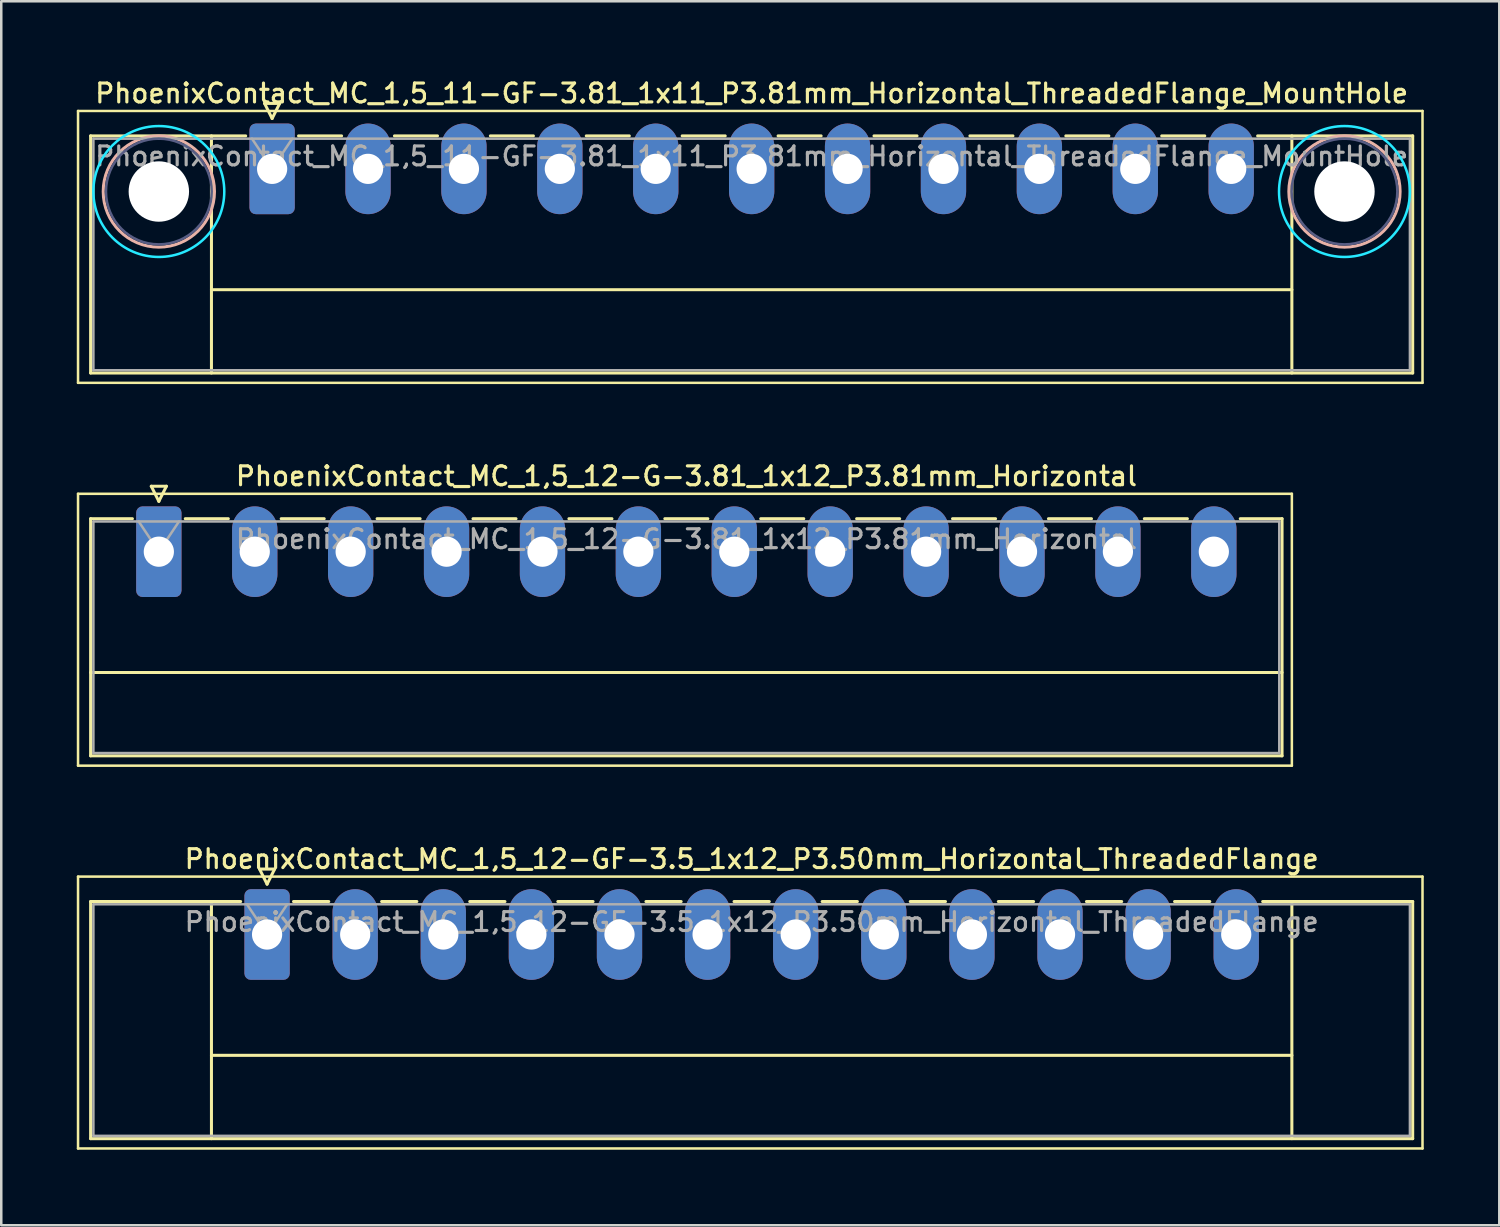
<source format=kicad_pcb>
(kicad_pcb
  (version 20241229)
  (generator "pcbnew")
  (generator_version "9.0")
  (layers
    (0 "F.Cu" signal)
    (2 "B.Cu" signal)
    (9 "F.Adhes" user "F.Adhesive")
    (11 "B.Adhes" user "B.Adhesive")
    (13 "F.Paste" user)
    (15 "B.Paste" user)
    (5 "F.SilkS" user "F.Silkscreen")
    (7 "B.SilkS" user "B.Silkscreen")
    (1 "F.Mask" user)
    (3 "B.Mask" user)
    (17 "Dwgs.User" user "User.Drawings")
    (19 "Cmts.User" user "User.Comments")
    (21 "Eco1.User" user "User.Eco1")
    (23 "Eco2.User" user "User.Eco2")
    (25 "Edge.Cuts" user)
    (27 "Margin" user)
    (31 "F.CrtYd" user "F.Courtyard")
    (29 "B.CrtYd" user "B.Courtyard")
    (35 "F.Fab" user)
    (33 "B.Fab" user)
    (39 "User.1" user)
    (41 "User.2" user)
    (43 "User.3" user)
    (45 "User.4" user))
  (footprint "PhoenixContact_MC_1,5_12-GF-3.5_1x12_P3.50mm_Horizontal_ThreadedFlange"
    (layer "F.Cu")
    (at 7.56 34.074)
    (property "Reference" "PhoenixContact_MC_1,5_12-GF-3.5_1x12_P3.50mm_Horizontal_ThreadedFlange" (at 19.25 -3 0) (layer "F.SilkS") (effects (font (size 0.75 0.75) (thickness 0.125))))
    (attr through_hole)
    (fp_line (start -7.51 -2.3) (end -7.51 8.5) (stroke (width 0.1) (type solid)) (layer "F.SilkS"))
    (fp_line (start -7.51 8.5) (end 45.9 8.5) (stroke (width 0.1) (type solid)) (layer "F.SilkS"))
    (fp_line (start -7.01 -1.31) (end -7.01 8.11) (stroke (width 0.12) (type solid)) (layer "F.SilkS"))
    (fp_line (start -7.01 -1.31) (end -1.05 -1.31) (stroke (width 0.12) (type solid)) (layer "F.SilkS"))
    (fp_line (start -7.01 8.11) (end 45.51 8.11) (stroke (width 0.12) (type solid)) (layer "F.SilkS"))
    (fp_line (start -2.21 -1.31) (end -2.21 8.11) (stroke (width 0.12) (type solid)) (layer "F.SilkS"))
    (fp_line (start -2.21 4.8) (end 40.71 4.8) (stroke (width 0.12) (type solid)) (layer "F.SilkS"))
    (fp_line (start -0.3 -2.6) (end 0.3 -2.6) (stroke (width 0.12) (type solid)) (layer "F.SilkS"))
    (fp_line (start 0 -2) (end -0.3 -2.6) (stroke (width 0.12) (type solid)) (layer "F.SilkS"))
    (fp_line (start 0.3 -2.6) (end 0 -2) (stroke (width 0.12) (type solid)) (layer "F.SilkS"))
    (fp_line (start 1.05 -1.31) (end 2.45 -1.31) (stroke (width 0.12) (type solid)) (layer "F.SilkS"))
    (fp_line (start 4.55 -1.31) (end 5.95 -1.31) (stroke (width 0.12) (type solid)) (layer "F.SilkS"))
    (fp_line (start 8.05 -1.31) (end 9.45 -1.31) (stroke (width 0.12) (type solid)) (layer "F.SilkS"))
    (fp_line (start 11.55 -1.31) (end 12.95 -1.31) (stroke (width 0.12) (type solid)) (layer "F.SilkS"))
    (fp_line (start 15.05 -1.31) (end 16.45 -1.31) (stroke (width 0.12) (type solid)) (layer "F.SilkS"))
    (fp_line (start 18.55 -1.31) (end 19.95 -1.31) (stroke (width 0.12) (type solid)) (layer "F.SilkS"))
    (fp_line (start 22.05 -1.31) (end 23.45 -1.31) (stroke (width 0.12) (type solid)) (layer "F.SilkS"))
    (fp_line (start 25.55 -1.31) (end 26.95 -1.31) (stroke (width 0.12) (type solid)) (layer "F.SilkS"))
    (fp_line (start 29.05 -1.31) (end 30.45 -1.31) (stroke (width 0.12) (type solid)) (layer "F.SilkS"))
    (fp_line (start 32.55 -1.31) (end 33.95 -1.31) (stroke (width 0.12) (type solid)) (layer "F.SilkS"))
    (fp_line (start 36.05 -1.31) (end 37.45 -1.31) (stroke (width 0.12) (type solid)) (layer "F.SilkS"))
    (fp_line (start 40.71 -1.31) (end 40.71 8.11) (stroke (width 0.12) (type solid)) (layer "F.SilkS"))
    (fp_line (start 45.51 -1.31) (end 39.55 -1.31) (stroke (width 0.12) (type solid)) (layer "F.SilkS"))
    (fp_line (start 45.51 8.11) (end 45.51 -1.31) (stroke (width 0.12) (type solid)) (layer "F.SilkS"))
    (fp_line (start 45.9 -2.3) (end -7.51 -2.3) (stroke (width 0.1) (type solid)) (layer "F.SilkS"))
    (fp_line (start 45.9 8.5) (end 45.9 -2.3) (stroke (width 0.1) (type solid)) (layer "F.SilkS"))
    (fp_line (start -6.9 -1.2) (end -6.9 8) (stroke (width 0.1) (type solid)) (layer "F.Fab"))
    (fp_line (start -6.9 8) (end 45.4 8) (stroke (width 0.1) (type solid)) (layer "F.Fab"))
    (fp_line (start 0 0) (end -0.8 -1.2) (stroke (width 0.1) (type solid)) (layer "F.Fab"))
    (fp_line (start 0.8 -1.2) (end 0 0) (stroke (width 0.1) (type solid)) (layer "F.Fab"))
    (fp_line (start 45.4 -1.2) (end -6.9 -1.2) (stroke (width 0.1) (type solid)) (layer "F.Fab"))
    (fp_line (start 45.4 8) (end 45.4 -1.2) (stroke (width 0.1) (type solid)) (layer "F.Fab"))
    (fp_text user "${REFERENCE}" (at 19.25 -0.5 0) (layer "F.Fab") (effects (font (size 0.75 0.75) (thickness 0.125))))
    (pad "1" thru_hole roundrect (at 0 0) (size 1.8 3.6) (drill 1.2) (layers "*.Cu" "*.Mask") (roundrect_rratio 0.139))
    (pad "2" thru_hole oval (at 3.5 0) (size 1.8 3.6) (drill 1.2) (layers "*.Cu" "*.Mask"))
    (pad "3" thru_hole oval (at 7 0) (size 1.8 3.6) (drill 1.2) (layers "*.Cu" "*.Mask"))
    (pad "4" thru_hole oval (at 10.5 0) (size 1.8 3.6) (drill 1.2) (layers "*.Cu" "*.Mask"))
    (pad "5" thru_hole oval (at 14 0) (size 1.8 3.6) (drill 1.2) (layers "*.Cu" "*.Mask"))
    (pad "6" thru_hole oval (at 17.5 0) (size 1.8 3.6) (drill 1.2) (layers "*.Cu" "*.Mask"))
    (pad "7" thru_hole oval (at 21 0) (size 1.8 3.6) (drill 1.2) (layers "*.Cu" "*.Mask"))
    (pad "8" thru_hole oval (at 24.5 0) (size 1.8 3.6) (drill 1.2) (layers "*.Cu" "*.Mask"))
    (pad "9" thru_hole oval (at 28 0) (size 1.8 3.6) (drill 1.2) (layers "*.Cu" "*.Mask"))
    (pad "10" thru_hole oval (at 31.5 0) (size 1.8 3.6) (drill 1.2) (layers "*.Cu" "*.Mask"))
    (pad "11" thru_hole oval (at 35 0) (size 1.8 3.6) (drill 1.2) (layers "*.Cu" "*.Mask"))
    (pad "12" thru_hole oval (at 38.5 0) (size 1.8 3.6) (drill 1.2) (layers "*.Cu" "*.Mask")))
  (footprint "PhoenixContact_MC_1,5_11-GF-3.81_1x11_P3.81mm_Horizontal_ThreadedFlange_MountHole"
    (layer "F.Cu")
    (at 7.76 3.658)
    (property "Reference" "PhoenixContact_MC_1,5_11-GF-3.81_1x11_P3.81mm_Horizontal_ThreadedFlange_MountHole" (at 19.05 -3 0) (layer "F.SilkS") (effects (font (size 0.75 0.75) (thickness 0.125))))
    (attr through_hole)
    (fp_line (start -7.71 -2.3) (end -7.71 8.5) (stroke (width 0.1) (type solid)) (layer "F.SilkS"))
    (fp_line (start -7.71 8.5) (end 45.7 8.5) (stroke (width 0.1) (type solid)) (layer "F.SilkS"))
    (fp_line (start -7.21 -1.31) (end -7.21 8.11) (stroke (width 0.12) (type solid)) (layer "F.SilkS"))
    (fp_line (start -7.21 -1.31) (end -1.05 -1.31) (stroke (width 0.12) (type solid)) (layer "F.SilkS"))
    (fp_line (start -7.21 8.11) (end 45.31 8.11) (stroke (width 0.12) (type solid)) (layer "F.SilkS"))
    (fp_line (start -2.41 -1.31) (end -2.41 8.11) (stroke (width 0.12) (type solid)) (layer "F.SilkS"))
    (fp_line (start -2.41 4.8) (end 40.51 4.8) (stroke (width 0.12) (type solid)) (layer "F.SilkS"))
    (fp_line (start -0.3 -2.6) (end 0.3 -2.6) (stroke (width 0.12) (type solid)) (layer "F.SilkS"))
    (fp_line (start 0 -2) (end -0.3 -2.6) (stroke (width 0.12) (type solid)) (layer "F.SilkS"))
    (fp_line (start 0.3 -2.6) (end 0 -2) (stroke (width 0.12) (type solid)) (layer "F.SilkS"))
    (fp_line (start 1.05 -1.31) (end 2.76 -1.31) (stroke (width 0.12) (type solid)) (layer "F.SilkS"))
    (fp_line (start 4.86 -1.31) (end 6.57 -1.31) (stroke (width 0.12) (type solid)) (layer "F.SilkS"))
    (fp_line (start 8.67 -1.31) (end 10.38 -1.31) (stroke (width 0.12) (type solid)) (layer "F.SilkS"))
    (fp_line (start 12.48 -1.31) (end 14.19 -1.31) (stroke (width 0.12) (type solid)) (layer "F.SilkS"))
    (fp_line (start 16.29 -1.31) (end 18 -1.31) (stroke (width 0.12) (type solid)) (layer "F.SilkS"))
    (fp_line (start 20.1 -1.31) (end 21.81 -1.31) (stroke (width 0.12) (type solid)) (layer "F.SilkS"))
    (fp_line (start 23.91 -1.31) (end 25.62 -1.31) (stroke (width 0.12) (type solid)) (layer "F.SilkS"))
    (fp_line (start 27.72 -1.31) (end 29.43 -1.31) (stroke (width 0.12) (type solid)) (layer "F.SilkS"))
    (fp_line (start 31.53 -1.31) (end 33.24 -1.31) (stroke (width 0.12) (type solid)) (layer "F.SilkS"))
    (fp_line (start 35.34 -1.31) (end 37.05 -1.31) (stroke (width 0.12) (type solid)) (layer "F.SilkS"))
    (fp_line (start 40.51 -1.31) (end 40.51 8.11) (stroke (width 0.12) (type solid)) (layer "F.SilkS"))
    (fp_line (start 45.31 -1.31) (end 39.15 -1.31) (stroke (width 0.12) (type solid)) (layer "F.SilkS"))
    (fp_line (start 45.31 8.11) (end 45.31 -1.31) (stroke (width 0.12) (type solid)) (layer "F.SilkS"))
    (fp_line (start 45.7 -2.3) (end -7.71 -2.3) (stroke (width 0.1) (type solid)) (layer "F.SilkS"))
    (fp_line (start 45.7 8.5) (end 45.7 -2.3) (stroke (width 0.1) (type solid)) (layer "F.SilkS"))
    (fp_circle (center -4.5 0.9) (end -2.29 0.9) (stroke (width 0.12) (type solid)) (fill no) (layer "B.SilkS"))
    (fp_circle (center 42.6 0.9) (end 44.81 0.9) (stroke (width 0.12) (type solid)) (fill no) (layer "B.SilkS"))
    (fp_circle (center -4.5 0.9) (end -1.9 0.9) (stroke (width 0.1) (type solid)) (fill no) (layer "B.CrtYd"))
    (fp_circle (center 42.6 0.9) (end 45.2 0.9) (stroke (width 0.1) (type solid)) (fill no) (layer "B.CrtYd"))
    (fp_circle (center -4.5 0.9) (end -2.4 0.9) (stroke (width 0.1) (type solid)) (fill no) (layer "B.Fab"))
    (fp_circle (center 42.6 0.9) (end 44.7 0.9) (stroke (width 0.1) (type solid)) (fill no) (layer "B.Fab"))
    (fp_line (start -7.1 -1.2) (end -7.1 8) (stroke (width 0.1) (type solid)) (layer "F.Fab"))
    (fp_line (start -7.1 8) (end 45.2 8) (stroke (width 0.1) (type solid)) (layer "F.Fab"))
    (fp_line (start 0 0) (end -0.8 -1.2) (stroke (width 0.1) (type solid)) (layer "F.Fab"))
    (fp_line (start 0.8 -1.2) (end 0 0) (stroke (width 0.1) (type solid)) (layer "F.Fab"))
    (fp_line (start 45.2 -1.2) (end -7.1 -1.2) (stroke (width 0.1) (type solid)) (layer "F.Fab"))
    (fp_line (start 45.2 8) (end 45.2 -1.2) (stroke (width 0.1) (type solid)) (layer "F.Fab"))
    (fp_text user "${REFERENCE}" (at 19.05 -0.5 0) (layer "F.Fab") (effects (font (size 0.75 0.75) (thickness 0.125))))
    (pad "" np_thru_hole circle (at -4.5 0.9) (size 2.4 2.4) (drill 2.4) (layers "*.Cu" "*.Mask"))
    (pad "" np_thru_hole circle (at 42.6 0.9) (size 2.4 2.4) (drill 2.4) (layers "*.Cu" "*.Mask"))
    (pad "1" thru_hole roundrect (at 0 0) (size 1.8 3.6) (drill 1.2) (layers "*.Cu" "*.Mask") (roundrect_rratio 0.139))
    (pad "2" thru_hole oval (at 3.81 0) (size 1.8 3.6) (drill 1.2) (layers "*.Cu" "*.Mask"))
    (pad "3" thru_hole oval (at 7.62 0) (size 1.8 3.6) (drill 1.2) (layers "*.Cu" "*.Mask"))
    (pad "4" thru_hole oval (at 11.43 0) (size 1.8 3.6) (drill 1.2) (layers "*.Cu" "*.Mask"))
    (pad "5" thru_hole oval (at 15.24 0) (size 1.8 3.6) (drill 1.2) (layers "*.Cu" "*.Mask"))
    (pad "6" thru_hole oval (at 19.05 0) (size 1.8 3.6) (drill 1.2) (layers "*.Cu" "*.Mask"))
    (pad "7" thru_hole oval (at 22.86 0) (size 1.8 3.6) (drill 1.2) (layers "*.Cu" "*.Mask"))
    (pad "8" thru_hole oval (at 26.67 0) (size 1.8 3.6) (drill 1.2) (layers "*.Cu" "*.Mask"))
    (pad "9" thru_hole oval (at 30.48 0) (size 1.8 3.6) (drill 1.2) (layers "*.Cu" "*.Mask"))
    (pad "10" thru_hole oval (at 34.29 0) (size 1.8 3.6) (drill 1.2) (layers "*.Cu" "*.Mask"))
    (pad "11" thru_hole oval (at 38.1 0) (size 1.8 3.6) (drill 1.2) (layers "*.Cu" "*.Mask")))
  (footprint "PhoenixContact_MC_1,5_12-G-3.81_1x12_P3.81mm_Horizontal"
    (layer "F.Cu")
    (at 3.26 18.866)
    (property "Reference" "PhoenixContact_MC_1,5_12-G-3.81_1x12_P3.81mm_Horizontal" (at 20.96 -3 0) (layer "F.SilkS") (effects (font (size 0.75 0.75) (thickness 0.125))))
    (attr through_hole)
    (fp_line (start -3.21 -2.3) (end -3.21 8.5) (stroke (width 0.1) (type solid)) (layer "F.SilkS"))
    (fp_line (start -3.21 8.5) (end 45.01 8.5) (stroke (width 0.1) (type solid)) (layer "F.SilkS"))
    (fp_line (start -2.71 -1.31) (end -2.71 8.11) (stroke (width 0.12) (type solid)) (layer "F.SilkS"))
    (fp_line (start -2.71 -1.31) (end -1.05 -1.31) (stroke (width 0.12) (type solid)) (layer "F.SilkS"))
    (fp_line (start -2.71 4.8) (end 44.62 4.8) (stroke (width 0.12) (type solid)) (layer "F.SilkS"))
    (fp_line (start -2.71 8.11) (end 44.62 8.11) (stroke (width 0.12) (type solid)) (layer "F.SilkS"))
    (fp_line (start -0.3 -2.6) (end 0.3 -2.6) (stroke (width 0.12) (type solid)) (layer "F.SilkS"))
    (fp_line (start 0 -2) (end -0.3 -2.6) (stroke (width 0.12) (type solid)) (layer "F.SilkS"))
    (fp_line (start 0.3 -2.6) (end 0 -2) (stroke (width 0.12) (type solid)) (layer "F.SilkS"))
    (fp_line (start 1.05 -1.31) (end 2.76 -1.31) (stroke (width 0.12) (type solid)) (layer "F.SilkS"))
    (fp_line (start 4.86 -1.31) (end 6.57 -1.31) (stroke (width 0.12) (type solid)) (layer "F.SilkS"))
    (fp_line (start 8.67 -1.31) (end 10.38 -1.31) (stroke (width 0.12) (type solid)) (layer "F.SilkS"))
    (fp_line (start 12.48 -1.31) (end 14.19 -1.31) (stroke (width 0.12) (type solid)) (layer "F.SilkS"))
    (fp_line (start 16.29 -1.31) (end 18 -1.31) (stroke (width 0.12) (type solid)) (layer "F.SilkS"))
    (fp_line (start 20.1 -1.31) (end 21.81 -1.31) (stroke (width 0.12) (type solid)) (layer "F.SilkS"))
    (fp_line (start 23.91 -1.31) (end 25.62 -1.31) (stroke (width 0.12) (type solid)) (layer "F.SilkS"))
    (fp_line (start 27.72 -1.31) (end 29.43 -1.31) (stroke (width 0.12) (type solid)) (layer "F.SilkS"))
    (fp_line (start 31.53 -1.31) (end 33.24 -1.31) (stroke (width 0.12) (type solid)) (layer "F.SilkS"))
    (fp_line (start 35.34 -1.31) (end 37.05 -1.31) (stroke (width 0.12) (type solid)) (layer "F.SilkS"))
    (fp_line (start 39.15 -1.31) (end 40.86 -1.31) (stroke (width 0.12) (type solid)) (layer "F.SilkS"))
    (fp_line (start 44.62 -1.31) (end 42.96 -1.31) (stroke (width 0.12) (type solid)) (layer "F.SilkS"))
    (fp_line (start 44.62 8.11) (end 44.62 -1.31) (stroke (width 0.12) (type solid)) (layer "F.SilkS"))
    (fp_line (start 45.01 -2.3) (end -3.21 -2.3) (stroke (width 0.1) (type solid)) (layer "F.SilkS"))
    (fp_line (start 45.01 8.5) (end 45.01 -2.3) (stroke (width 0.1) (type solid)) (layer "F.SilkS"))
    (fp_line (start -2.6 -1.2) (end -2.6 8) (stroke (width 0.1) (type solid)) (layer "F.Fab"))
    (fp_line (start -2.6 8) (end 44.51 8) (stroke (width 0.1) (type solid)) (layer "F.Fab"))
    (fp_line (start 0 0) (end -0.8 -1.2) (stroke (width 0.1) (type solid)) (layer "F.Fab"))
    (fp_line (start 0.8 -1.2) (end 0 0) (stroke (width 0.1) (type solid)) (layer "F.Fab"))
    (fp_line (start 44.51 -1.2) (end -2.6 -1.2) (stroke (width 0.1) (type solid)) (layer "F.Fab"))
    (fp_line (start 44.51 8) (end 44.51 -1.2) (stroke (width 0.1) (type solid)) (layer "F.Fab"))
    (fp_text user "${REFERENCE}" (at 20.96 -0.5 0) (layer "F.Fab") (effects (font (size 0.75 0.75) (thickness 0.125))))
    (pad "1" thru_hole roundrect (at 0 0) (size 1.8 3.6) (drill 1.2) (layers "*.Cu" "*.Mask") (roundrect_rratio 0.139))
    (pad "2" thru_hole oval (at 3.81 0) (size 1.8 3.6) (drill 1.2) (layers "*.Cu" "*.Mask"))
    (pad "3" thru_hole oval (at 7.62 0) (size 1.8 3.6) (drill 1.2) (layers "*.Cu" "*.Mask"))
    (pad "4" thru_hole oval (at 11.43 0) (size 1.8 3.6) (drill 1.2) (layers "*.Cu" "*.Mask"))
    (pad "5" thru_hole oval (at 15.24 0) (size 1.8 3.6) (drill 1.2) (layers "*.Cu" "*.Mask"))
    (pad "6" thru_hole oval (at 19.05 0) (size 1.8 3.6) (drill 1.2) (layers "*.Cu" "*.Mask"))
    (pad "7" thru_hole oval (at 22.86 0) (size 1.8 3.6) (drill 1.2) (layers "*.Cu" "*.Mask"))
    (pad "8" thru_hole oval (at 26.67 0) (size 1.8 3.6) (drill 1.2) (layers "*.Cu" "*.Mask"))
    (pad "9" thru_hole oval (at 30.48 0) (size 1.8 3.6) (drill 1.2) (layers "*.Cu" "*.Mask"))
    (pad "10" thru_hole oval (at 34.29 0) (size 1.8 3.6) (drill 1.2) (layers "*.Cu" "*.Mask"))
    (pad "11" thru_hole oval (at 38.1 0) (size 1.8 3.6) (drill 1.2) (layers "*.Cu" "*.Mask"))
    (pad "12" thru_hole oval (at 41.91 0) (size 1.8 3.6) (drill 1.2) (layers "*.Cu" "*.Mask")))
  (gr_rect
    (start -3 -3)
    (end 56.51 45.624)
    (stroke (width 0.1) (type default))
    (fill no)
    (layer "Edge.Cuts")))
</source>
